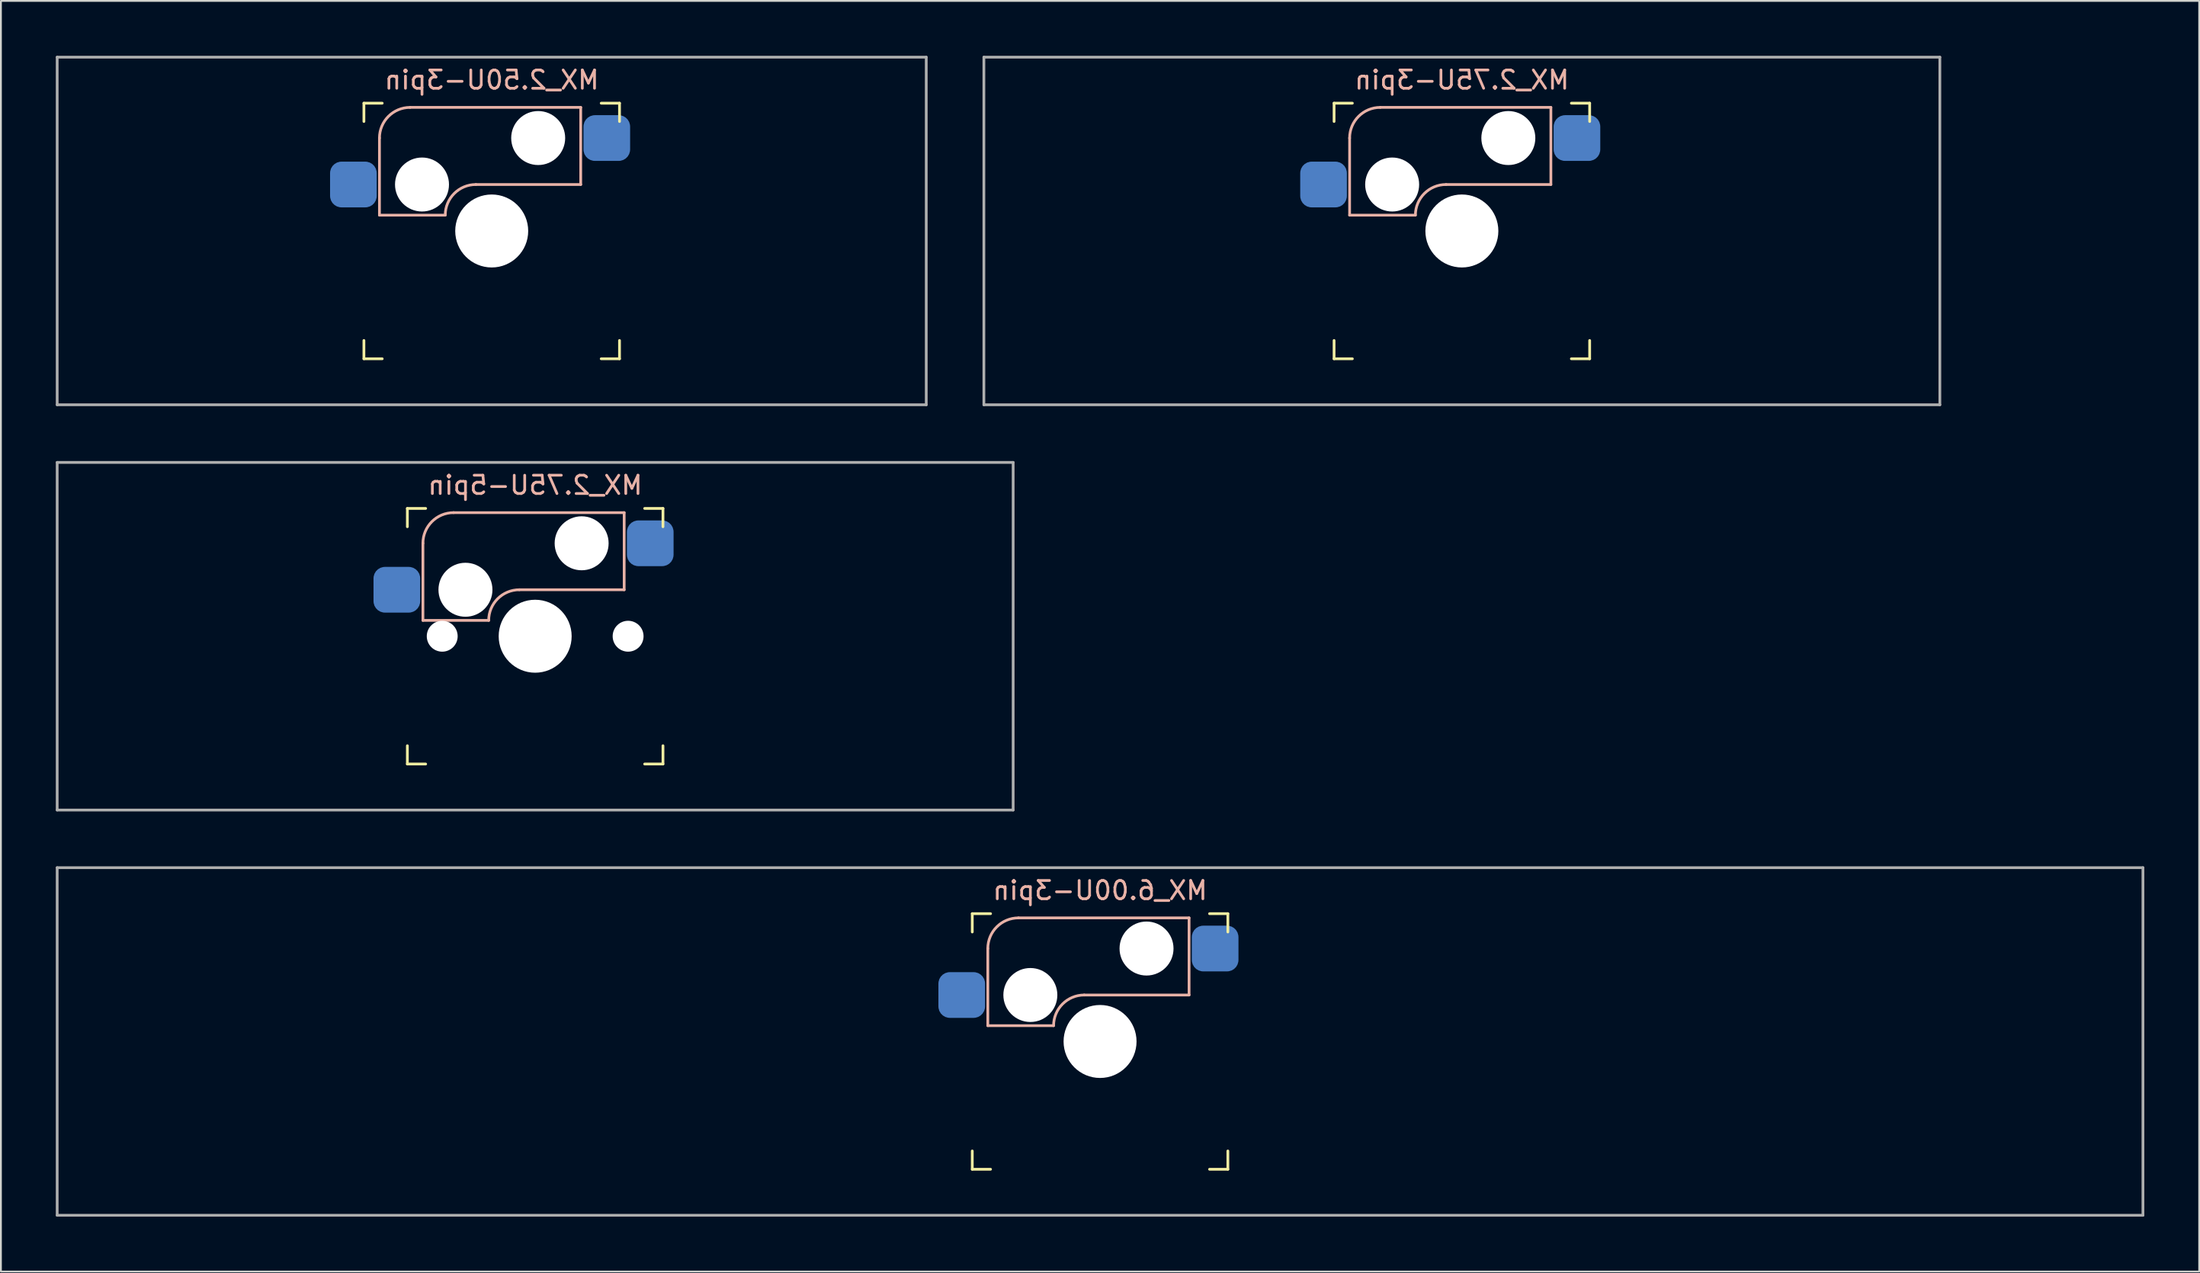
<source format=kicad_pcb>
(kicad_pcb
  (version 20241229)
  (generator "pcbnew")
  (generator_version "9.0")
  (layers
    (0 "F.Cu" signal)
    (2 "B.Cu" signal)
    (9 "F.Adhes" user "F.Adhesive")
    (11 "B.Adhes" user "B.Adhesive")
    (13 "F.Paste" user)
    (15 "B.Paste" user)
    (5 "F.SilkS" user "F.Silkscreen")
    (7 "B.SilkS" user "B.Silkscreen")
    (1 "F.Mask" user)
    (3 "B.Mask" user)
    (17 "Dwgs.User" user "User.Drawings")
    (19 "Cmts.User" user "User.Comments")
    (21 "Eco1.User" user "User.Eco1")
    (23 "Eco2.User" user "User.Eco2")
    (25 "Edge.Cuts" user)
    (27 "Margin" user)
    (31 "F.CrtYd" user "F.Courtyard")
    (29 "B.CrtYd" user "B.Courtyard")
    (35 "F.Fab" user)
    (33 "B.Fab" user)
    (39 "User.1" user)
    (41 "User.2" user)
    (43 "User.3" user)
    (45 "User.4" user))
  (footprint "MX_2.75U-5pin"
    (layer "F.Cu")
    (at 26.2 31.725)
    (property "Reference" "MX_2.75U-5pin" (at 0 -8.255 0) (layer "B.SilkS") (effects (font (size 1 1) (thickness 0.15)) (justify mirror)))
    (attr smd)
    (fp_line (start -6.985 -5.985) (end -6.985 -6.985) (stroke (width 0.15) (type solid)) (layer "F.SilkS"))
    (fp_line (start -6.985 6.985) (end -6.985 5.985) (stroke (width 0.15) (type solid)) (layer "F.SilkS"))
    (fp_line (start -6.985 6.985) (end -5.985 6.985) (stroke (width 0.15) (type solid)) (layer "F.SilkS"))
    (fp_line (start -5.985 -6.985) (end -6.985 -6.985) (stroke (width 0.15) (type solid)) (layer "F.SilkS"))
    (fp_line (start 5.985 6.985) (end 6.985 6.985) (stroke (width 0.15) (type solid)) (layer "F.SilkS"))
    (fp_line (start 6.985 -6.985) (end 5.985 -6.985) (stroke (width 0.15) (type solid)) (layer "F.SilkS"))
    (fp_line (start 6.985 -6.985) (end 6.985 -5.985) (stroke (width 0.15) (type solid)) (layer "F.SilkS"))
    (fp_line (start 6.985 5.985) (end 6.985 6.985) (stroke (width 0.15) (type solid)) (layer "F.SilkS"))
    (fp_line (start -6.135 -5.08) (end -6.135 -0.865) (stroke (width 0.15) (type solid)) (layer "B.SilkS"))
    (fp_line (start -6.135 -0.865) (end -2.54 -0.865) (stroke (width 0.15) (type solid)) (layer "B.SilkS"))
    (fp_line (start -4.46 -6.755) (end 4.865 -6.755) (stroke (width 0.15) (type solid)) (layer "B.SilkS"))
    (fp_line (start -0.865 -2.54) (end 4.865 -2.54) (stroke (width 0.15) (type solid)) (layer "B.SilkS"))
    (fp_line (start 4.865 -6.755) (end 4.865 -2.54) (stroke (width 0.15) (type solid)) (layer "B.SilkS"))
    (fp_arc (start -6.135 -5.08) (mid -5.644404 -6.264404) (end -4.46 -6.755) (stroke (width 0.15) (type solid)) (layer "B.SilkS"))
    (fp_arc (start -2.54 -0.865) (mid -2.049404 -2.049404) (end -0.865 -2.54) (stroke (width 0.15) (type solid)) (layer "B.SilkS"))
    (fp_line (start -6.985 6.985) (end -6.985 -6.985) (stroke (width 0.15) (type solid)) (layer "Eco2.User"))
    (fp_line (start -6.985 6.985) (end 6.985 6.985) (stroke (width 0.15) (type solid)) (layer "Eco2.User"))
    (fp_line (start 6.985 -6.985) (end -6.985 -6.985) (stroke (width 0.15) (type solid)) (layer "Eco2.User"))
    (fp_line (start 6.985 -6.985) (end 6.985 6.985) (stroke (width 0.15) (type solid)) (layer "Eco2.User"))
    (fp_line (start -26.125 -9.5) (end 26.125 -9.5) (stroke (width 0.15) (type solid)) (layer "F.Fab"))
    (fp_line (start -26.125 9.5) (end -26.125 -9.5) (stroke (width 0.15) (type solid)) (layer "F.Fab"))
    (fp_line (start 26.125 -9.5) (end 26.125 9.5) (stroke (width 0.15) (type solid)) (layer "F.Fab"))
    (fp_line (start 26.125 9.5) (end -26.125 9.5) (stroke (width 0.15) (type solid)) (layer "F.Fab"))
    (pad "" np_thru_hole circle (at -5.08 0) (size 1.688 1.688) (drill 1.688) (layers "*.Cu" "*.Mask"))
    (pad "" np_thru_hole circle (at -3.81 -2.54) (size 2.95 2.95) (drill 2.95) (layers "*.Cu" "*.Mask"))
    (pad "" np_thru_hole circle (at 0 0) (size 3.988 3.988) (drill 3.988) (layers "*.Cu" "*.Mask"))
    (pad "" np_thru_hole circle (at 2.54 -5.08) (size 2.95 2.95) (drill 2.95) (layers "*.Cu" "*.Mask"))
    (pad "" np_thru_hole circle (at 5.08 0) (size 1.688 1.688) (drill 1.688) (layers "*.Cu" "*.Mask"))
    (pad "1" smd roundrect (at 6.29 -5.08) (size 2.55 2.5) (layers "B.Cu" "B.Mask" "B.Paste") (roundrect_rratio 0.25))
    (pad "2" smd roundrect (at -7.56 -2.54) (size 2.55 2.5) (layers "B.Cu" "B.Mask" "B.Paste") (roundrect_rratio 0.25)))
  (footprint "MX_6.00U-3pin"
    (layer "F.Cu")
    (at 57.075 53.875)
    (property "Reference" "MX_6.00U-3pin" (at 0 -8.255 0) (layer "B.SilkS") (effects (font (size 1 1) (thickness 0.15)) (justify mirror)))
    (attr smd)
    (fp_line (start -6.985 -5.985) (end -6.985 -6.985) (stroke (width 0.15) (type solid)) (layer "F.SilkS"))
    (fp_line (start -6.985 6.985) (end -6.985 5.985) (stroke (width 0.15) (type solid)) (layer "F.SilkS"))
    (fp_line (start -6.985 6.985) (end -5.985 6.985) (stroke (width 0.15) (type solid)) (layer "F.SilkS"))
    (fp_line (start -5.985 -6.985) (end -6.985 -6.985) (stroke (width 0.15) (type solid)) (layer "F.SilkS"))
    (fp_line (start 5.985 6.985) (end 6.985 6.985) (stroke (width 0.15) (type solid)) (layer "F.SilkS"))
    (fp_line (start 6.985 -6.985) (end 5.985 -6.985) (stroke (width 0.15) (type solid)) (layer "F.SilkS"))
    (fp_line (start 6.985 -6.985) (end 6.985 -5.985) (stroke (width 0.15) (type solid)) (layer "F.SilkS"))
    (fp_line (start 6.985 5.985) (end 6.985 6.985) (stroke (width 0.15) (type solid)) (layer "F.SilkS"))
    (fp_line (start -6.135 -5.08) (end -6.135 -0.865) (stroke (width 0.15) (type solid)) (layer "B.SilkS"))
    (fp_line (start -6.135 -0.865) (end -2.54 -0.865) (stroke (width 0.15) (type solid)) (layer "B.SilkS"))
    (fp_line (start -4.46 -6.755) (end 4.865 -6.755) (stroke (width 0.15) (type solid)) (layer "B.SilkS"))
    (fp_line (start -0.865 -2.54) (end 4.865 -2.54) (stroke (width 0.15) (type solid)) (layer "B.SilkS"))
    (fp_line (start 4.865 -6.755) (end 4.865 -2.54) (stroke (width 0.15) (type solid)) (layer "B.SilkS"))
    (fp_arc (start -6.135 -5.08) (mid -5.644404 -6.264404) (end -4.46 -6.755) (stroke (width 0.15) (type solid)) (layer "B.SilkS"))
    (fp_arc (start -2.54 -0.865) (mid -2.049404 -2.049404) (end -0.865 -2.54) (stroke (width 0.15) (type solid)) (layer "B.SilkS"))
    (fp_line (start -6.985 6.985) (end -6.985 -6.985) (stroke (width 0.15) (type solid)) (layer "Eco2.User"))
    (fp_line (start -6.985 6.985) (end 6.985 6.985) (stroke (width 0.15) (type solid)) (layer "Eco2.User"))
    (fp_line (start 6.985 -6.985) (end -6.985 -6.985) (stroke (width 0.15) (type solid)) (layer "Eco2.User"))
    (fp_line (start 6.985 -6.985) (end 6.985 6.985) (stroke (width 0.15) (type solid)) (layer "Eco2.User"))
    (fp_line (start -57 -9.5) (end 57 -9.5) (stroke (width 0.15) (type solid)) (layer "F.Fab"))
    (fp_line (start -57 9.5) (end -57 -9.5) (stroke (width 0.15) (type solid)) (layer "F.Fab"))
    (fp_line (start 57 -9.5) (end 57 9.5) (stroke (width 0.15) (type solid)) (layer "F.Fab"))
    (fp_line (start 57 9.5) (end -57 9.5) (stroke (width 0.15) (type solid)) (layer "F.Fab"))
    (pad "" np_thru_hole circle (at -3.81 -2.54) (size 2.95 2.95) (drill 2.95) (layers "*.Cu" "*.Mask"))
    (pad "" np_thru_hole circle (at 0 0) (size 3.988 3.988) (drill 3.988) (layers "*.Cu" "*.Mask"))
    (pad "" np_thru_hole circle (at 2.54 -5.08) (size 2.95 2.95) (drill 2.95) (layers "*.Cu" "*.Mask"))
    (pad "1" smd roundrect (at 6.29 -5.08) (size 2.55 2.5) (layers "B.Cu" "B.Mask" "B.Paste") (roundrect_rratio 0.25))
    (pad "2" smd roundrect (at -7.56 -2.54) (size 2.55 2.5) (layers "B.Cu" "B.Mask" "B.Paste") (roundrect_rratio 0.25)))
  (footprint "MX_2.50U-3pin"
    (layer "F.Cu")
    (at 23.825 9.575)
    (property "Reference" "MX_2.50U-3pin" (at 0 -8.255 0) (layer "B.SilkS") (effects (font (size 1 1) (thickness 0.15)) (justify mirror)))
    (attr smd)
    (fp_line (start -6.985 -5.985) (end -6.985 -6.985) (stroke (width 0.15) (type solid)) (layer "F.SilkS"))
    (fp_line (start -6.985 6.985) (end -6.985 5.985) (stroke (width 0.15) (type solid)) (layer "F.SilkS"))
    (fp_line (start -6.985 6.985) (end -5.985 6.985) (stroke (width 0.15) (type solid)) (layer "F.SilkS"))
    (fp_line (start -5.985 -6.985) (end -6.985 -6.985) (stroke (width 0.15) (type solid)) (layer "F.SilkS"))
    (fp_line (start 5.985 6.985) (end 6.985 6.985) (stroke (width 0.15) (type solid)) (layer "F.SilkS"))
    (fp_line (start 6.985 -6.985) (end 5.985 -6.985) (stroke (width 0.15) (type solid)) (layer "F.SilkS"))
    (fp_line (start 6.985 -6.985) (end 6.985 -5.985) (stroke (width 0.15) (type solid)) (layer "F.SilkS"))
    (fp_line (start 6.985 5.985) (end 6.985 6.985) (stroke (width 0.15) (type solid)) (layer "F.SilkS"))
    (fp_line (start -6.135 -5.08) (end -6.135 -0.865) (stroke (width 0.15) (type solid)) (layer "B.SilkS"))
    (fp_line (start -6.135 -0.865) (end -2.54 -0.865) (stroke (width 0.15) (type solid)) (layer "B.SilkS"))
    (fp_line (start -4.46 -6.755) (end 4.865 -6.755) (stroke (width 0.15) (type solid)) (layer "B.SilkS"))
    (fp_line (start -0.865 -2.54) (end 4.865 -2.54) (stroke (width 0.15) (type solid)) (layer "B.SilkS"))
    (fp_line (start 4.865 -6.755) (end 4.865 -2.54) (stroke (width 0.15) (type solid)) (layer "B.SilkS"))
    (fp_arc (start -6.135 -5.08) (mid -5.644404 -6.264404) (end -4.46 -6.755) (stroke (width 0.15) (type solid)) (layer "B.SilkS"))
    (fp_arc (start -2.54 -0.865) (mid -2.049404 -2.049404) (end -0.865 -2.54) (stroke (width 0.15) (type solid)) (layer "B.SilkS"))
    (fp_line (start -6.985 6.985) (end -6.985 -6.985) (stroke (width 0.15) (type solid)) (layer "Eco2.User"))
    (fp_line (start -6.985 6.985) (end 6.985 6.985) (stroke (width 0.15) (type solid)) (layer "Eco2.User"))
    (fp_line (start 6.985 -6.985) (end -6.985 -6.985) (stroke (width 0.15) (type solid)) (layer "Eco2.User"))
    (fp_line (start 6.985 -6.985) (end 6.985 6.985) (stroke (width 0.15) (type solid)) (layer "Eco2.User"))
    (fp_line (start -23.75 -9.5) (end 23.75 -9.5) (stroke (width 0.15) (type solid)) (layer "F.Fab"))
    (fp_line (start -23.75 9.5) (end -23.75 -9.5) (stroke (width 0.15) (type solid)) (layer "F.Fab"))
    (fp_line (start 23.75 -9.5) (end 23.75 9.5) (stroke (width 0.15) (type solid)) (layer "F.Fab"))
    (fp_line (start 23.75 9.5) (end -23.75 9.5) (stroke (width 0.15) (type solid)) (layer "F.Fab"))
    (pad "" np_thru_hole circle (at -3.81 -2.54) (size 2.95 2.95) (drill 2.95) (layers "*.Cu" "*.Mask"))
    (pad "" np_thru_hole circle (at 0 0) (size 3.988 3.988) (drill 3.988) (layers "*.Cu" "*.Mask"))
    (pad "" np_thru_hole circle (at 2.54 -5.08) (size 2.95 2.95) (drill 2.95) (layers "*.Cu" "*.Mask"))
    (pad "1" smd roundrect (at 6.29 -5.08) (size 2.55 2.5) (layers "B.Cu" "B.Mask" "B.Paste") (roundrect_rratio 0.25))
    (pad "2" smd roundrect (at -7.56 -2.54) (size 2.55 2.5) (layers "B.Cu" "B.Mask" "B.Paste") (roundrect_rratio 0.25)))
  (footprint "MX_2.75U-3pin"
    (layer "F.Cu")
    (at 76.85 9.575)
    (property "Reference" "MX_2.75U-3pin" (at 0 -8.255 0) (layer "B.SilkS") (effects (font (size 1 1) (thickness 0.15)) (justify mirror)))
    (attr smd)
    (fp_line (start -6.985 -5.985) (end -6.985 -6.985) (stroke (width 0.15) (type solid)) (layer "F.SilkS"))
    (fp_line (start -6.985 6.985) (end -6.985 5.985) (stroke (width 0.15) (type solid)) (layer "F.SilkS"))
    (fp_line (start -6.985 6.985) (end -5.985 6.985) (stroke (width 0.15) (type solid)) (layer "F.SilkS"))
    (fp_line (start -5.985 -6.985) (end -6.985 -6.985) (stroke (width 0.15) (type solid)) (layer "F.SilkS"))
    (fp_line (start 5.985 6.985) (end 6.985 6.985) (stroke (width 0.15) (type solid)) (layer "F.SilkS"))
    (fp_line (start 6.985 -6.985) (end 5.985 -6.985) (stroke (width 0.15) (type solid)) (layer "F.SilkS"))
    (fp_line (start 6.985 -6.985) (end 6.985 -5.985) (stroke (width 0.15) (type solid)) (layer "F.SilkS"))
    (fp_line (start 6.985 5.985) (end 6.985 6.985) (stroke (width 0.15) (type solid)) (layer "F.SilkS"))
    (fp_line (start -6.135 -5.08) (end -6.135 -0.865) (stroke (width 0.15) (type solid)) (layer "B.SilkS"))
    (fp_line (start -6.135 -0.865) (end -2.54 -0.865) (stroke (width 0.15) (type solid)) (layer "B.SilkS"))
    (fp_line (start -4.46 -6.755) (end 4.865 -6.755) (stroke (width 0.15) (type solid)) (layer "B.SilkS"))
    (fp_line (start -0.865 -2.54) (end 4.865 -2.54) (stroke (width 0.15) (type solid)) (layer "B.SilkS"))
    (fp_line (start 4.865 -6.755) (end 4.865 -2.54) (stroke (width 0.15) (type solid)) (layer "B.SilkS"))
    (fp_arc (start -6.135 -5.08) (mid -5.644404 -6.264404) (end -4.46 -6.755) (stroke (width 0.15) (type solid)) (layer "B.SilkS"))
    (fp_arc (start -2.54 -0.865) (mid -2.049404 -2.049404) (end -0.865 -2.54) (stroke (width 0.15) (type solid)) (layer "B.SilkS"))
    (fp_line (start -6.985 6.985) (end -6.985 -6.985) (stroke (width 0.15) (type solid)) (layer "Eco2.User"))
    (fp_line (start -6.985 6.985) (end 6.985 6.985) (stroke (width 0.15) (type solid)) (layer "Eco2.User"))
    (fp_line (start 6.985 -6.985) (end -6.985 -6.985) (stroke (width 0.15) (type solid)) (layer "Eco2.User"))
    (fp_line (start 6.985 -6.985) (end 6.985 6.985) (stroke (width 0.15) (type solid)) (layer "Eco2.User"))
    (fp_line (start -26.125 -9.5) (end 26.125 -9.5) (stroke (width 0.15) (type solid)) (layer "F.Fab"))
    (fp_line (start -26.125 9.5) (end -26.125 -9.5) (stroke (width 0.15) (type solid)) (layer "F.Fab"))
    (fp_line (start 26.125 -9.5) (end 26.125 9.5) (stroke (width 0.15) (type solid)) (layer "F.Fab"))
    (fp_line (start 26.125 9.5) (end -26.125 9.5) (stroke (width 0.15) (type solid)) (layer "F.Fab"))
    (pad "" np_thru_hole circle (at -3.81 -2.54) (size 2.95 2.95) (drill 2.95) (layers "*.Cu" "*.Mask"))
    (pad "" np_thru_hole circle (at 0 0) (size 3.988 3.988) (drill 3.988) (layers "*.Cu" "*.Mask"))
    (pad "" np_thru_hole circle (at 2.54 -5.08) (size 2.95 2.95) (drill 2.95) (layers "*.Cu" "*.Mask"))
    (pad "1" smd roundrect (at 6.29 -5.08) (size 2.55 2.5) (layers "B.Cu" "B.Mask" "B.Paste") (roundrect_rratio 0.25))
    (pad "2" smd roundrect (at -7.56 -2.54) (size 2.55 2.5) (layers "B.Cu" "B.Mask" "B.Paste") (roundrect_rratio 0.25)))
  (gr_rect
    (start -3 -3)
    (end 117.15 66.45)
    (stroke (width 0.1) (type default))
    (fill no)
    (layer "Edge.Cuts")))
</source>
